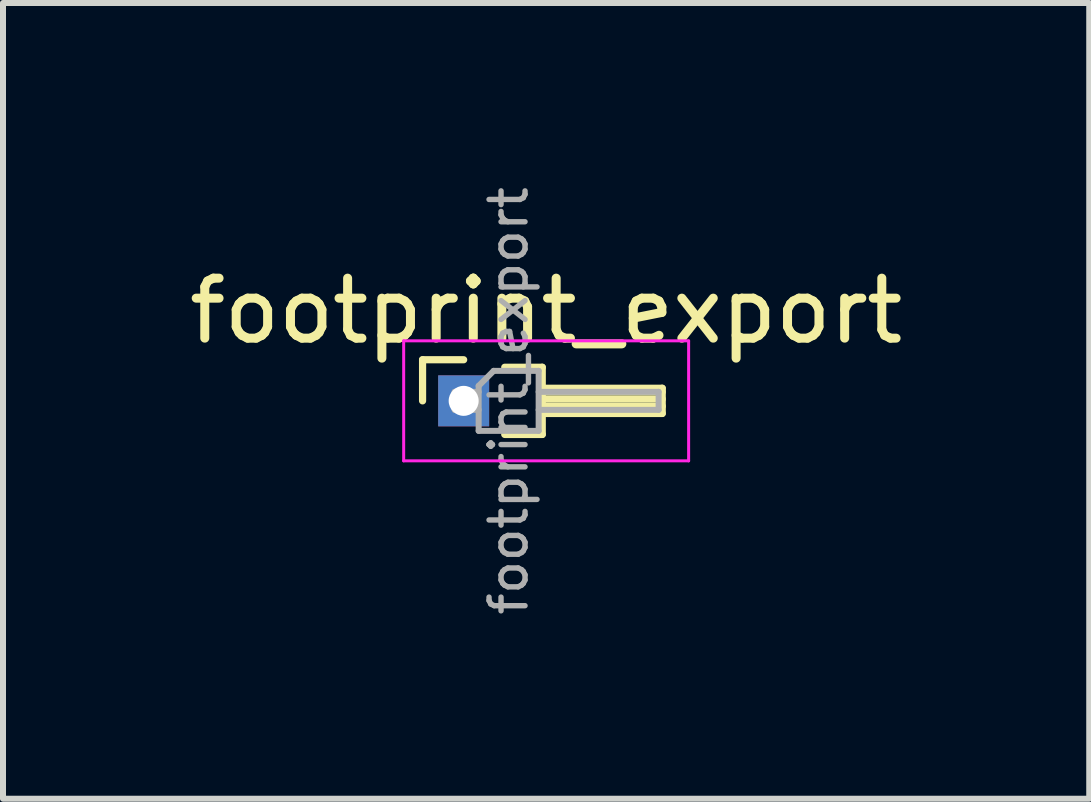
<source format=kicad_pcb>
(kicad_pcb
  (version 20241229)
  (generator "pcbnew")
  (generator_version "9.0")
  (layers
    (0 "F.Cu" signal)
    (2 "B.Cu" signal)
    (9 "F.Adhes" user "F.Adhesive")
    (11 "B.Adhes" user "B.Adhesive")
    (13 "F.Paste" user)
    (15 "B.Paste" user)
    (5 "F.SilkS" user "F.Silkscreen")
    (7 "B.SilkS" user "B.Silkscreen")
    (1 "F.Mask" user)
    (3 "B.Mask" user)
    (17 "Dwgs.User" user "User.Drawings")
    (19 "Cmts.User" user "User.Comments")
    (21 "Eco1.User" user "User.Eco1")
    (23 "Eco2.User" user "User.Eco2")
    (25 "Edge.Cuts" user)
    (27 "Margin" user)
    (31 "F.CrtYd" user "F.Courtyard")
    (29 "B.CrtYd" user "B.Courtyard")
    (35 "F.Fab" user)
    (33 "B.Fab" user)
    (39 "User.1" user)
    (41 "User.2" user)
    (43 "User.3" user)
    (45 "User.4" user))
  (footprint "footprint_export"
    (layer "F.Cu")
    (at 4.679 3.632)
    (property "Reference" "footprint_export" (at 1.375 -1.5 0) (layer "F.SilkS") (effects (font (size 1 1) (thickness 0.15))))
    (attr through_hole)
    (fp_line (start -0.685 -0.685) (end 0 -0.685) (stroke (width 0.12) (type solid)) (layer "F.SilkS"))
    (fp_line (start -0.685 0) (end -0.685 -0.685) (stroke (width 0.12) (type solid)) (layer "F.SilkS"))
    (fp_line (start 0.685 -0.56) (end 1.31 -0.56) (stroke (width 0.12) (type solid)) (layer "F.SilkS"))
    (fp_line (start 1.31 -0.56) (end 1.31 0.56) (stroke (width 0.12) (type solid)) (layer "F.SilkS"))
    (fp_line (start 1.31 -0.21) (end 3.31 -0.21) (stroke (width 0.12) (type solid)) (layer "F.SilkS"))
    (fp_line (start 1.31 -0.15) (end 3.31 -0.15) (stroke (width 0.12) (type solid)) (layer "F.SilkS"))
    (fp_line (start 1.31 -0.03) (end 3.31 -0.03) (stroke (width 0.12) (type solid)) (layer "F.SilkS"))
    (fp_line (start 1.31 0.09) (end 3.31 0.09) (stroke (width 0.12) (type solid)) (layer "F.SilkS"))
    (fp_line (start 1.31 0.56) (end 0.685 0.56) (stroke (width 0.12) (type solid)) (layer "F.SilkS"))
    (fp_line (start 3.31 -0.21) (end 3.31 0.21) (stroke (width 0.12) (type solid)) (layer "F.SilkS"))
    (fp_line (start 3.31 0.21) (end 1.31 0.21) (stroke (width 0.12) (type solid)) (layer "F.SilkS"))
    (fp_line (start -1 -1) (end -1 1) (stroke (width 0.05) (type solid)) (layer "F.CrtYd"))
    (fp_line (start -1 1) (end 3.75 1) (stroke (width 0.05) (type solid)) (layer "F.CrtYd"))
    (fp_line (start 3.75 -1) (end -1 -1) (stroke (width 0.05) (type solid)) (layer "F.CrtYd"))
    (fp_line (start 3.75 1) (end 3.75 -1) (stroke (width 0.05) (type solid)) (layer "F.CrtYd"))
    (fp_line (start -0.15 -0.15) (end -0.15 0.15) (stroke (width 0.1) (type solid)) (layer "F.Fab"))
    (fp_line (start -0.15 -0.15) (end 0.25 -0.15) (stroke (width 0.1) (type solid)) (layer "F.Fab"))
    (fp_line (start -0.15 0.15) (end 0.25 0.15) (stroke (width 0.1) (type solid)) (layer "F.Fab"))
    (fp_line (start 0.25 -0.25) (end 0.5 -0.5) (stroke (width 0.1) (type solid)) (layer "F.Fab"))
    (fp_line (start 0.25 0.5) (end 0.25 -0.25) (stroke (width 0.1) (type solid)) (layer "F.Fab"))
    (fp_line (start 0.5 -0.5) (end 1.25 -0.5) (stroke (width 0.1) (type solid)) (layer "F.Fab"))
    (fp_line (start 1.25 -0.5) (end 1.25 0.5) (stroke (width 0.1) (type solid)) (layer "F.Fab"))
    (fp_line (start 1.25 -0.15) (end 3.25 -0.15) (stroke (width 0.1) (type solid)) (layer "F.Fab"))
    (fp_line (start 1.25 0.15) (end 3.25 0.15) (stroke (width 0.1) (type solid)) (layer "F.Fab"))
    (fp_line (start 1.25 0.5) (end 0.25 0.5) (stroke (width 0.1) (type solid)) (layer "F.Fab"))
    (fp_line (start 3.25 -0.15) (end 3.25 0.15) (stroke (width 0.1) (type solid)) (layer "F.Fab"))
    (fp_text user "${REFERENCE}" (at 0.75 0 90) (layer "F.Fab") (effects (font (size 0.6 0.6) (thickness 0.09))))
    (pad "1" thru_hole rect (at 0 0) (size 0.85 0.85) (drill 0.5) (layers "*.Cu" "*.Mask")))
  (gr_rect
    (start -3 -3)
    (end 15.107 10.264)
    (stroke (width 0.1) (type default))
    (fill no)
    (layer "Edge.Cuts")))
</source>
